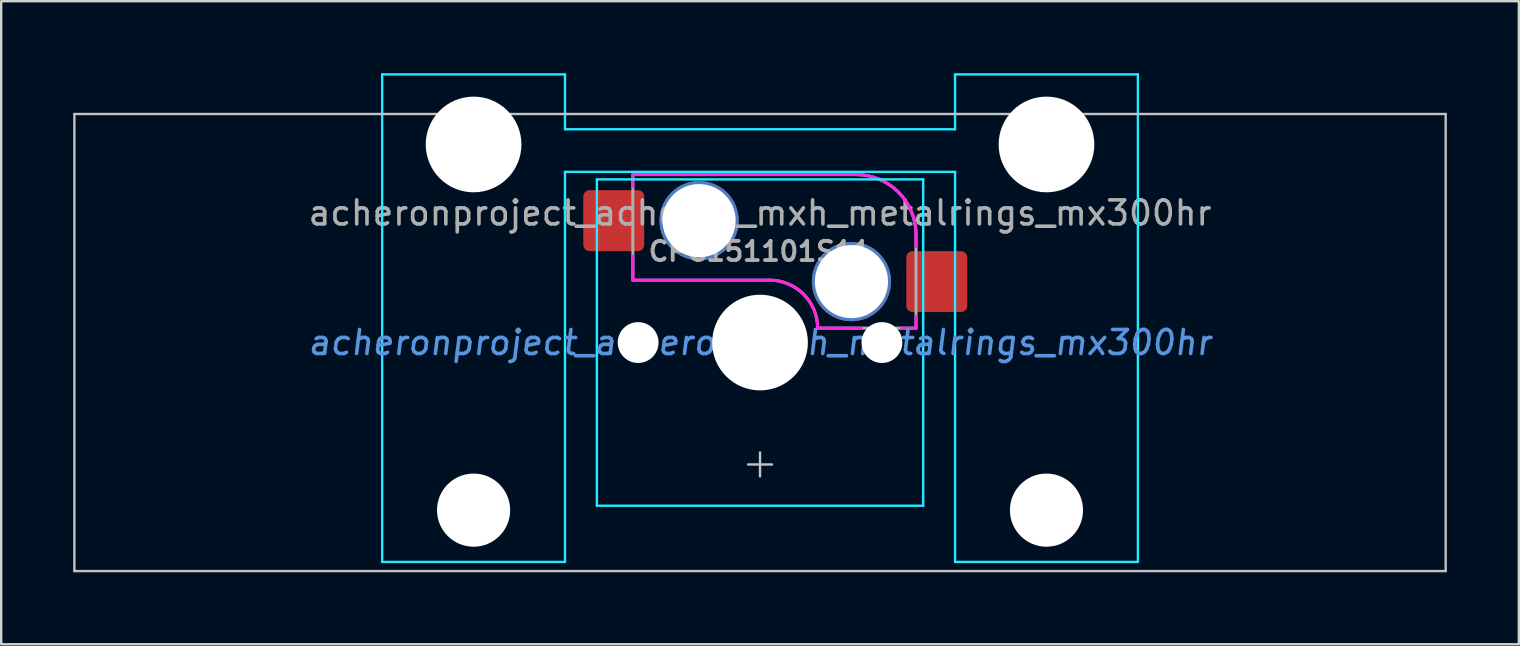
<source format=kicad_pcb>
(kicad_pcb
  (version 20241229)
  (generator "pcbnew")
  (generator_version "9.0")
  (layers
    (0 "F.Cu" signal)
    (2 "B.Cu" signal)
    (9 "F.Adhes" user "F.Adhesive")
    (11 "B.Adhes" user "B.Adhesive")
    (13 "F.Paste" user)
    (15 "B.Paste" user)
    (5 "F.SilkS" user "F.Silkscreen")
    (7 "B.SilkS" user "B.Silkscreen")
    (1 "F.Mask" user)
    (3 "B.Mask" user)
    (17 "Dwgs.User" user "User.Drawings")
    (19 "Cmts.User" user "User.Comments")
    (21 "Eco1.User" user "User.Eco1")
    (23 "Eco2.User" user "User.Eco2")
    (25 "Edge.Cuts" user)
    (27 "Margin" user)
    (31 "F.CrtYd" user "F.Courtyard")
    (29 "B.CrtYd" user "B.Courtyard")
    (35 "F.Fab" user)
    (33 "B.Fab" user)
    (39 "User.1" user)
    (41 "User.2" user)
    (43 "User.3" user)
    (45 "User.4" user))
  (footprint "acheronproject_acheron_mxh_metalrings_mx300hr"
    (layer "F.Cu")
    (at 28.625 11.226)
    (property "Reference" "acheronproject_acheron_mxh_metalrings_mx300hr" (at 0 0 0) (layer "Cmts.User") (effects (font (size 1 1) (thickness 0.15) (italic yes))))
    (attr smd)
    (fp_line (start -28.575 -9.525) (end -28.575 9.525) (stroke (width 0.1) (type solid)) (layer "Dwgs.User"))
    (fp_line (start -28.575 -9.525) (end 28.575 -9.525) (stroke (width 0.1) (type solid)) (layer "Dwgs.User"))
    (fp_line (start -28.575 9.525) (end 28.575 9.525) (stroke (width 0.1) (type solid)) (layer "Dwgs.User"))
    (fp_line (start -0.5 5.08) (end 0.5 5.08) (stroke (width 0.1) (type solid)) (layer "Dwgs.User"))
    (fp_line (start 0 5.58) (end 0 4.58) (stroke (width 0.1) (type solid)) (layer "Dwgs.User"))
    (fp_line (start 28.575 -9.525) (end 28.575 9.525) (stroke (width 0.1) (type solid)) (layer "Dwgs.User"))
    (fp_line (start -15.438 -8.515) (end -15.438 5.485) (stroke (width 0.1) (type solid)) (layer "Eco1.User"))
    (fp_line (start -14.938 -9.015) (end -8.938 -9.015) (stroke (width 0.1) (type solid)) (layer "Eco1.User"))
    (fp_line (start -8.938 5.985) (end -14.938 5.985) (stroke (width 0.1) (type solid)) (layer "Eco1.User"))
    (fp_line (start -8.438 5.485) (end -8.438 -8.515) (stroke (width 0.1) (type solid)) (layer "Eco1.User"))
    (fp_line (start -7 -6.5) (end -7 6.5) (stroke (width 0.1) (type solid)) (layer "Eco1.User"))
    (fp_line (start -6.5 7) (end 6.5 7) (stroke (width 0.1) (type solid)) (layer "Eco1.User"))
    (fp_line (start 6.5 -7) (end -6.5 -7) (stroke (width 0.1) (type solid)) (layer "Eco1.User"))
    (fp_line (start 7 6.5) (end 7 -6.5) (stroke (width 0.1) (type solid)) (layer "Eco1.User"))
    (fp_line (start 8.438 -8.515) (end 8.438 5.485) (stroke (width 0.1) (type solid)) (layer "Eco1.User"))
    (fp_line (start 8.938 -9.015) (end 14.938 -9.015) (stroke (width 0.1) (type solid)) (layer "Eco1.User"))
    (fp_line (start 14.938 5.985) (end 8.938 5.985) (stroke (width 0.1) (type solid)) (layer "Eco1.User"))
    (fp_line (start 15.438 5.485) (end 15.438 -8.515) (stroke (width 0.1) (type solid)) (layer "Eco1.User"))
    (fp_arc (start -15.438 -8.515) (mid -15.291553 -8.868553) (end -14.938 -9.015) (stroke (width 0.1) (type solid)) (layer "Eco1.User"))
    (fp_arc (start -14.938 5.985) (mid -15.291553 5.838553) (end -15.438 5.485) (stroke (width 0.1) (type solid)) (layer "Eco1.User"))
    (fp_arc (start -8.938 -9.015) (mid -8.584447 -8.868553) (end -8.438 -8.515) (stroke (width 0.1) (type solid)) (layer "Eco1.User"))
    (fp_arc (start -8.438 5.485) (mid -8.584447 5.838553) (end -8.938 5.985) (stroke (width 0.1) (type solid)) (layer "Eco1.User"))
    (fp_arc (start -7 -6.5) (mid -6.853553 -6.853553) (end -6.5 -7) (stroke (width 0.1) (type solid)) (layer "Eco1.User"))
    (fp_arc (start -6.5 7) (mid -6.853553 6.853553) (end -7 6.5) (stroke (width 0.1) (type solid)) (layer "Eco1.User"))
    (fp_arc (start 6.5 -7) (mid 6.853553 -6.853553) (end 7 -6.5) (stroke (width 0.1) (type solid)) (layer "Eco1.User"))
    (fp_arc (start 7 6.5) (mid 6.853553 6.853553) (end 6.5 7) (stroke (width 0.1) (type solid)) (layer "Eco1.User"))
    (fp_arc (start 8.438 -8.515) (mid 8.584447 -8.868553) (end 8.938 -9.015) (stroke (width 0.1) (type solid)) (layer "Eco1.User"))
    (fp_arc (start 8.938 5.985) (mid 8.584447 5.838553) (end 8.438 5.485) (stroke (width 0.1) (type solid)) (layer "Eco1.User"))
    (fp_arc (start 14.938 -9.015) (mid 15.291553 -8.868553) (end 15.438 -8.515) (stroke (width 0.1) (type solid)) (layer "Eco1.User"))
    (fp_arc (start 15.438 5.485) (mid 15.291553 5.838553) (end 14.938 5.985) (stroke (width 0.1) (type solid)) (layer "Eco1.User"))
    (fp_line (start -15.748 -11.176) (end -15.748 9.144) (stroke (width 0.1) (type solid)) (layer "B.CrtYd"))
    (fp_line (start -15.748 -11.176) (end -8.128 -11.176) (stroke (width 0.1) (type solid)) (layer "B.CrtYd"))
    (fp_line (start -8.128 -8.89) (end -8.128 -11.176) (stroke (width 0.1) (type solid)) (layer "B.CrtYd"))
    (fp_line (start -8.128 -7.112) (end -8.128 9.142) (stroke (width 0.1) (type solid)) (layer "B.CrtYd"))
    (fp_line (start -8.128 9.144) (end -15.748 9.144) (stroke (width 0.1) (type solid)) (layer "B.CrtYd"))
    (fp_line (start -6.8 -6.8) (end -6.8 6.8) (stroke (width 0.1) (type solid)) (layer "B.CrtYd"))
    (fp_line (start 6.8 -6.8) (end -6.8 -6.8) (stroke (width 0.1) (type solid)) (layer "B.CrtYd"))
    (fp_line (start 6.8 -6.8) (end 6.8 6.8) (stroke (width 0.1) (type solid)) (layer "B.CrtYd"))
    (fp_line (start 6.8 6.8) (end -6.8 6.8) (stroke (width 0.1) (type solid)) (layer "B.CrtYd"))
    (fp_line (start 8.128 -8.89) (end -8.128 -8.89) (stroke (width 0.1) (type solid)) (layer "B.CrtYd"))
    (fp_line (start 8.128 -8.89) (end 8.128 -11.176) (stroke (width 0.1) (type solid)) (layer "B.CrtYd"))
    (fp_line (start 8.128 -7.112) (end -8.128 -7.112) (stroke (width 0.1) (type solid)) (layer "B.CrtYd"))
    (fp_line (start 8.128 -7.112) (end 8.128 9.144) (stroke (width 0.1) (type solid)) (layer "B.CrtYd"))
    (fp_line (start 8.128 9.144) (end 15.748 9.144) (stroke (width 0.1) (type solid)) (layer "B.CrtYd"))
    (fp_line (start 15.748 -11.176) (end 8.128 -11.176) (stroke (width 0.1) (type solid)) (layer "B.CrtYd"))
    (fp_line (start 15.748 9.144) (end 15.748 -11.176) (stroke (width 0.1) (type solid)) (layer "B.CrtYd"))
    (fp_line (start -5.3 -7) (end -5.3 -6.5) (stroke (width 0.127) (type solid)) (layer "F.CrtYd"))
    (fp_line (start -5.3 -3.6) (end -5.3 -2.6) (stroke (width 0.127) (type solid)) (layer "F.CrtYd"))
    (fp_line (start -5.2 -7) (end -5.3 -7) (stroke (width 0.12) (type solid)) (layer "F.CrtYd"))
    (fp_line (start 0.4 -2.6) (end -5.3 -2.6) (stroke (width 0.127) (type solid)) (layer "F.CrtYd"))
    (fp_line (start 4 -7) (end -5.2 -7) (stroke (width 0.12) (type solid)) (layer "F.CrtYd"))
    (fp_line (start 4.2 -0.6) (end 2.4 -0.6) (stroke (width 0.127) (type solid)) (layer "F.CrtYd"))
    (fp_line (start 6.5 -4.5) (end 6.5 -4) (stroke (width 0.127) (type solid)) (layer "F.CrtYd"))
    (fp_line (start 6.5 -1.1) (end 6.5 -0.6) (stroke (width 0.12) (type solid)) (layer "F.CrtYd"))
    (fp_line (start 6.5 -0.6) (end 5.9 -0.6) (stroke (width 0.12) (type solid)) (layer "F.CrtYd"))
    (fp_arc (start 0.4 -2.6) (mid 1.814214 -2.014214) (end 2.4 -0.6) (stroke (width 0.127) (type solid)) (layer "F.CrtYd"))
    (fp_arc (start 4 -7) (mid 5.767767 -6.267767) (end 6.5 -4.5) (stroke (width 0.127) (type solid)) (layer "F.CrtYd"))
    (fp_line (start -5.3 -7) (end -5.3 -2.6) (stroke (width 0.127) (type solid)) (layer "F.Fab"))
    (fp_line (start -5.3 -7) (end 4 -7) (stroke (width 0.127) (type solid)) (layer "F.Fab"))
    (fp_line (start -0.5 0) (end 0.5 0) (stroke (width 0.1) (type solid)) (layer "F.Fab"))
    (fp_line (start 0 0.5) (end 0 -0.5) (stroke (width 0.1) (type solid)) (layer "F.Fab"))
    (fp_line (start 0.4 -2.6) (end -5.3 -2.6) (stroke (width 0.127) (type solid)) (layer "F.Fab"))
    (fp_line (start 6.5 -4.5) (end 6.5 -0.6) (stroke (width 0.127) (type solid)) (layer "F.Fab"))
    (fp_line (start 6.5 -0.6) (end 2.4 -0.6) (stroke (width 0.127) (type solid)) (layer "F.Fab"))
    (fp_arc (start 0.400001 -2.600001) (mid 1.814214 -2.014214) (end 2.4 -0.6) (stroke (width 0.127) (type solid)) (layer "F.Fab"))
    (fp_arc (start 4.000001 -7.000001) (mid 5.767768 -6.267767) (end 6.5 -4.5) (stroke (width 0.127) (type solid)) (layer "F.Fab"))
    (fp_text user "CPG151101S11" (at 0 -3.8 0) (unlocked yes) (layer "F.Fab") (effects (font (size 0.8 0.8) (thickness 0.16))))
    (fp_text user "${REFERENCE}" (at 0 -5.4 0) (layer "F.Fab") (effects (font (size 1 1) (thickness 0.15))))
    (pad "" np_thru_hole circle (at -11.938 -8.255 180) (size 3.988 3.988) (drill 3.988) (layers "*.Cu" "*.Mask"))
    (pad "" np_thru_hole circle (at -11.938 6.985 180) (size 3.048 3.048) (drill 3.048) (layers "*.Cu" "*.Mask"))
    (pad "" np_thru_hole circle (at -5.08 0) (size 1.702 1.702) (drill 1.702) (layers "*.Cu" "*.Mask"))
    (pad "" np_thru_hole circle (at -2.54 -5.08) (size 3.302 3.302) (drill 3.048) (layers "*.Cu" "*.Mask"))
    (pad "" np_thru_hole circle (at 0 0) (size 3.988 3.988) (drill 3.988) (layers "*.Cu" "*.Mask"))
    (pad "" np_thru_hole circle (at 3.81 -2.54) (size 3.302 3.302) (drill 3.048) (layers "*.Cu" "*.Mask"))
    (pad "" np_thru_hole circle (at 5.08 0) (size 1.702 1.702) (drill 1.702) (layers "*.Cu" "*.Mask"))
    (pad "" np_thru_hole circle (at 11.938 -8.255 180) (size 3.988 3.988) (drill 3.988) (layers "*.Cu" "*.Mask"))
    (pad "" np_thru_hole circle (at 11.938 6.985 180) (size 3.048 3.048) (drill 3.048) (layers "*.Cu" "*.Mask"))
    (pad "1" smd roundrect (at -6.096 -5.08) (size 2.54 2.54) (layers "F.Cu" "F.Mask" "F.Paste") (roundrect_rratio 0.1))
    (pad "2" smd roundrect (at 7.366 -2.54) (size 2.54 2.54) (layers "F.Cu" "F.Mask" "F.Paste") (roundrect_rratio 0.1)))
  (gr_rect
    (start -3 -3)
    (end 60.25 23.801)
    (stroke (width 0.1) (type default))
    (fill no)
    (layer "Edge.Cuts")))
</source>
